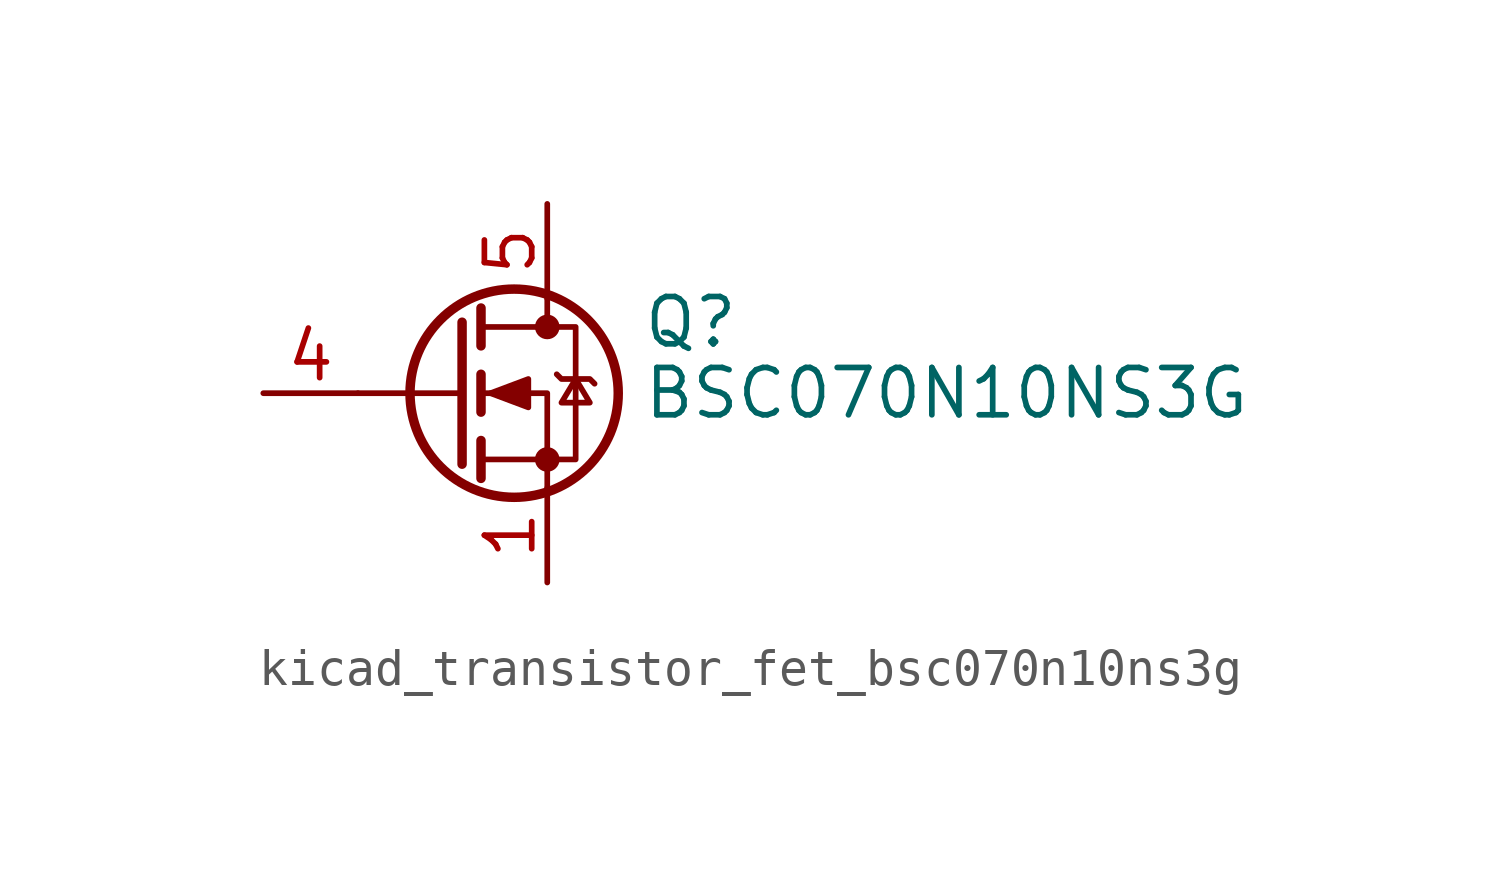
<source format=kicad_sym>
(kicad_symbol_lib
  (version 20220914)
  (generator kicad_symbol_editor)
  (symbol "kicad_transistor_fet_bsc070n10ns3g"
    (pin_names hide)
    (property "Reference" "Q"
      (at 5.08 1.905 0)
      (effects (font (size 1.27 1.27)) (justify left)))
    (property "Value" "BSC070N10NS3G"
      (at 5.08 0 0)
      (effects (font (size 1.27 1.27)) (justify left)))
    (symbol "kicad_transistor_fet_bsc070n10ns3g_0_1"
      (polyline (pts (xy 0.254 0) (xy -2.54 0)) (stroke (width 0) (type default)) (fill (type none)))
      (polyline (pts (xy 0.254 1.905) (xy 0.254 -1.905)) (stroke (width 0.254) (type default)) (fill (type none)))
      (polyline (pts (xy 0.762 -1.27) (xy 0.762 -2.286)) (stroke (width 0.254) (type default)) (fill (type none)))
      (polyline (pts (xy 0.762 0.508) (xy 0.762 -0.508)) (stroke (width 0.254) (type default)) (fill (type none)))
      (polyline (pts (xy 0.762 2.286) (xy 0.762 1.27)) (stroke (width 0.254) (type default)) (fill (type none)))
      (polyline (pts (xy 2.54 2.54) (xy 2.54 1.778)) (stroke (width 0) (type default)) (fill (type none)))
      (polyline (pts (xy 2.54 -2.54) (xy 2.54 0) (xy 0.762 0)) (stroke (width 0) (type default)) (fill (type none)))
      (polyline (pts (xy 0.762 -1.778) (xy 3.302 -1.778) (xy 3.302 1.778) (xy 0.762 1.778)) (stroke (width 0) (type default)) (fill (type none)))
      (polyline (pts (xy 1.016 0) (xy 2.032 0.381) (xy 2.032 -0.381) (xy 1.016 0)) (stroke (width 0) (type default)) (fill (type outline)))
      (polyline (pts (xy 2.794 0.508) (xy 2.921 0.381) (xy 3.683 0.381) (xy 3.81 0.254)) (stroke (width 0) (type default)) (fill (type none)))
      (polyline (pts (xy 3.302 0.381) (xy 2.921 -0.254) (xy 3.683 -0.254) (xy 3.302 0.381)) (stroke (width 0) (type default)) (fill (type none)))
      (circle (center 1.651 0) (radius 2.794) (stroke (width 0.254) (type default)) (fill (type none)))
      (circle (center 2.54 -1.778) (radius 0.254) (stroke (width 0) (type default)) (fill (type outline)))
      (circle (center 2.54 1.778) (radius 0.254) (stroke (width 0) (type default)) (fill (type outline))))
    (symbol "kicad_transistor_fet_bsc070n10ns3g_1_1"
      (pin passive line (at 2.54 -5.08 90) (length 2.54) (name "S" (effects (font (size 1.27 1.27)))) (number "1" (effects (font (size 1.27 1.27)))))
      (pin passive line (at 2.54 -5.08 90) (length 2.54) hide (name "S" (effects (font (size 1.27 1.27)))) (number "2" (effects (font (size 1.27 1.27)))))
      (pin passive line (at 2.54 -5.08 90) (length 2.54) hide (name "S" (effects (font (size 1.27 1.27)))) (number "3" (effects (font (size 1.27 1.27)))))
      (pin passive line (at -5.08 0 0) (length 2.54) (name "G" (effects (font (size 1.27 1.27)))) (number "4" (effects (font (size 1.27 1.27)))))
      (pin passive line (at 2.54 5.08 270) (length 2.54) (name "D" (effects (font (size 1.27 1.27)))) (number "5" (effects (font (size 1.27 1.27))))))))
</source>
